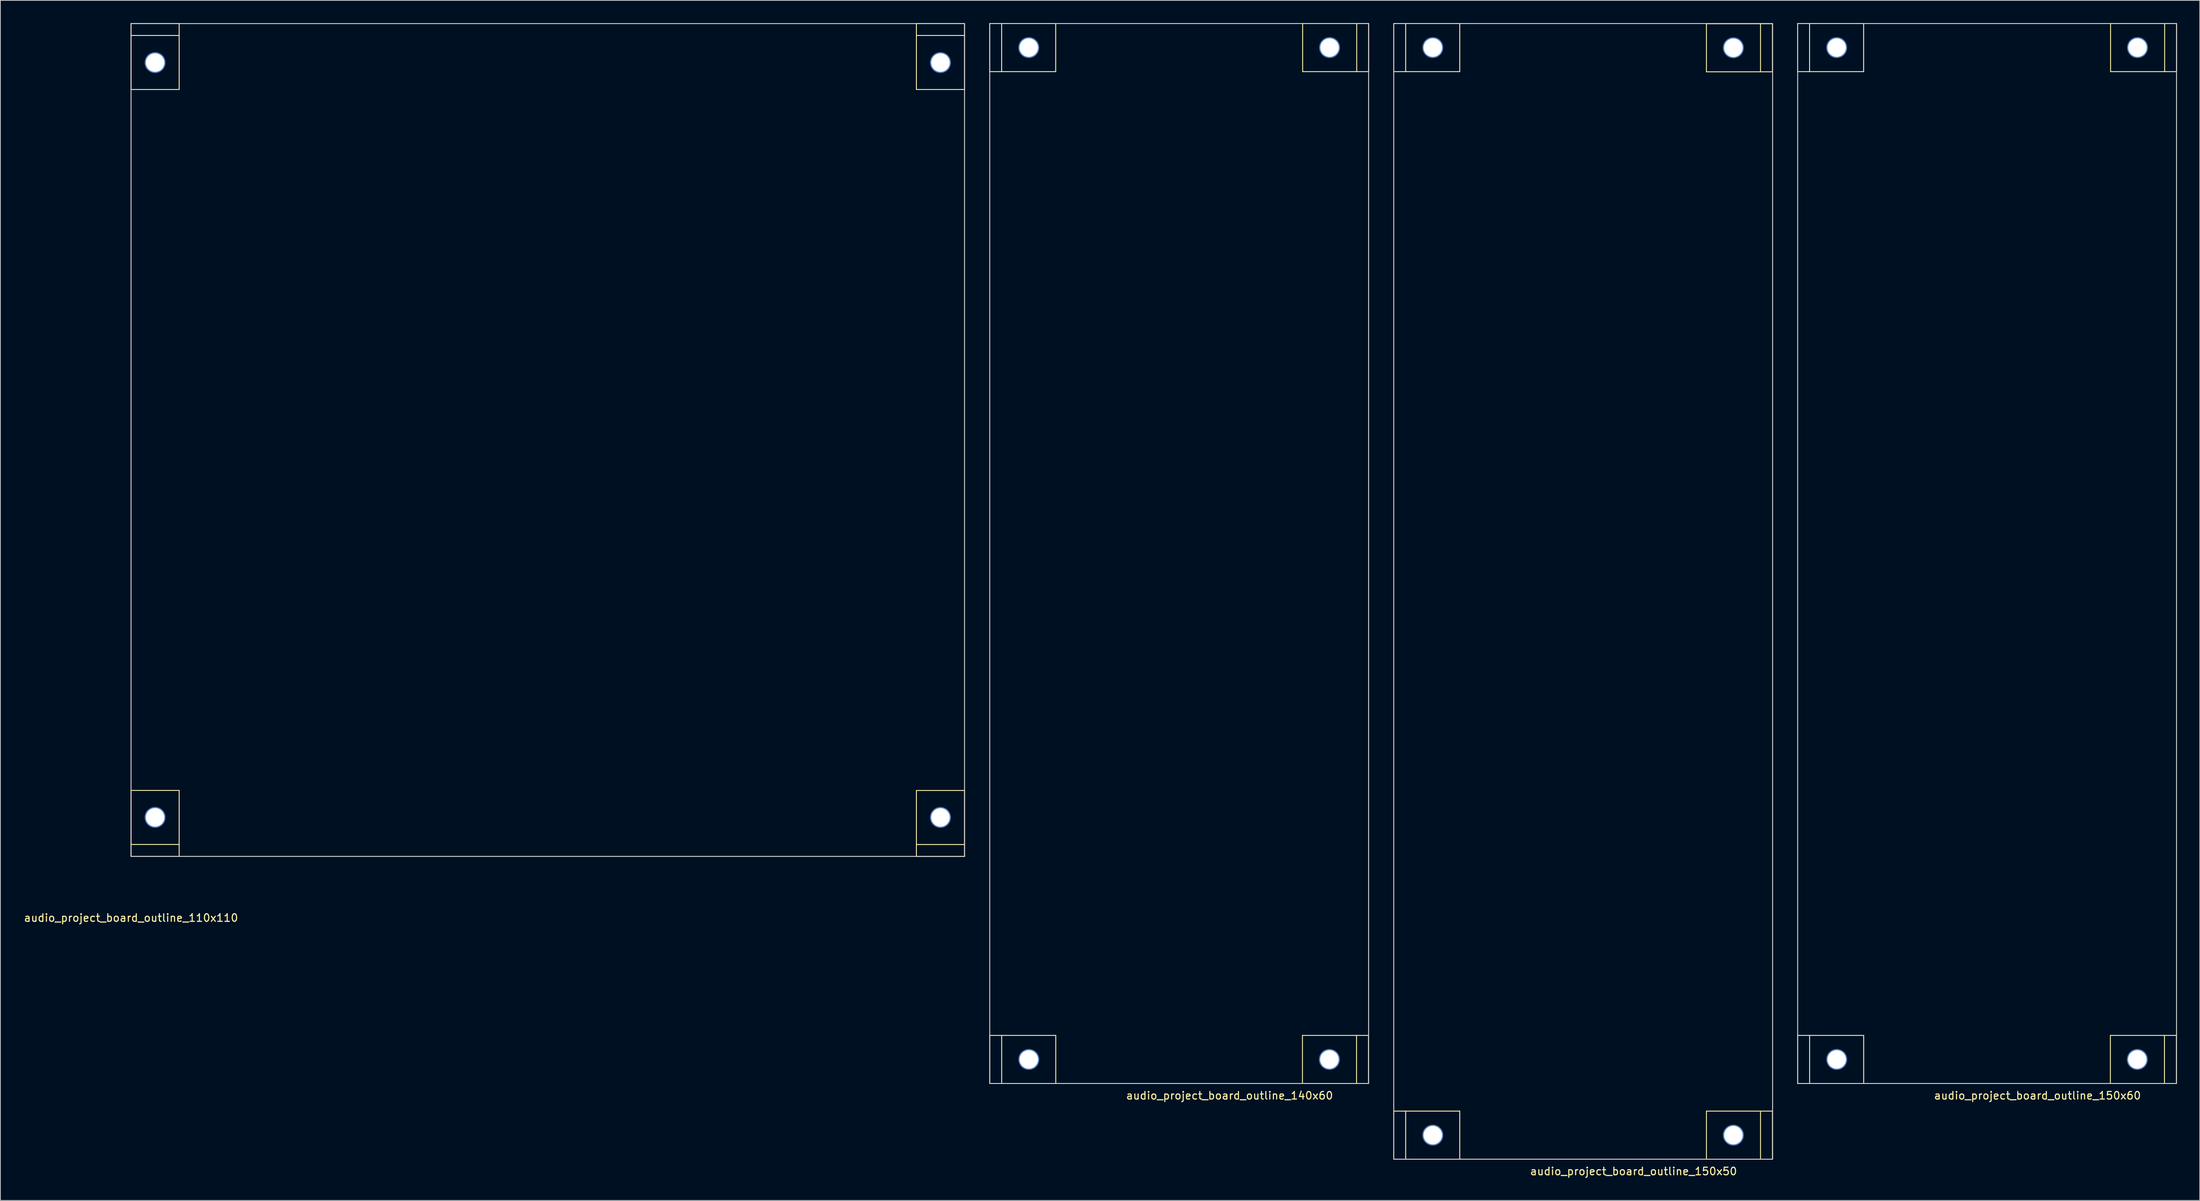
<source format=kicad_pcb>
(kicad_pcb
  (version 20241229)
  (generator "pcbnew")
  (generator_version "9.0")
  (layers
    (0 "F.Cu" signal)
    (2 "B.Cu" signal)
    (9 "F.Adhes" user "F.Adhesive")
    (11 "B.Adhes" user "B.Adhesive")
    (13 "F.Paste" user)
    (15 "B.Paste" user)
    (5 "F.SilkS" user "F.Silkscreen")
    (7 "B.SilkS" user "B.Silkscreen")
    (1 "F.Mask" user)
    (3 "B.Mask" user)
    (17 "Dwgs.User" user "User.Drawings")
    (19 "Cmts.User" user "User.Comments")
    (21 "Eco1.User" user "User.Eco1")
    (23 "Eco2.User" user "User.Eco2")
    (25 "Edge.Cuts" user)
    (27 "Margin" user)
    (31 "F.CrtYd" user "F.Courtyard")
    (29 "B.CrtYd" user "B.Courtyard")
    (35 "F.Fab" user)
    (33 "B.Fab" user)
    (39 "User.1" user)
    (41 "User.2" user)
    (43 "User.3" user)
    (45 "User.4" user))
  (footprint "audio_project_board_outline_150x60"
    (layer "F.Cu")
    (at 234.2 140.06)
    (property "Reference" "audio_project_board_outline_150x60" (at 31.65 1.6 180) (layer "F.SilkS") (effects (font (size 1 1) (thickness 0.15))))
    (attr through_hole)
    (fp_line (start -0.006 -140) (end 8.706 -140) (stroke (width 0.12) (type solid)) (layer "F.SilkS"))
    (fp_line (start -0.006 -133.65) (end -0.006 -140) (stroke (width 0.12) (type solid)) (layer "F.SilkS"))
    (fp_line (start -0.006 -133.65) (end 8.706 -133.65) (stroke (width 0.12) (type solid)) (layer "F.SilkS"))
    (fp_line (start 0 -6.35) (end 8.712 -6.35) (stroke (width 0.12) (type solid)) (layer "F.SilkS"))
    (fp_line (start 0 0) (end 0 -6.35) (stroke (width 0.12) (type solid)) (layer "F.SilkS"))
    (fp_line (start 0 0) (end 8.712 0) (stroke (width 0.12) (type solid)) (layer "F.SilkS"))
    (fp_line (start 1.569 -133.65) (end 1.569 -140) (stroke (width 0.12) (type solid)) (layer "F.SilkS"))
    (fp_line (start 1.575 0) (end 1.575 -6.35) (stroke (width 0.12) (type solid)) (layer "F.SilkS"))
    (fp_line (start 8.706 -133.65) (end 8.706 -140) (stroke (width 0.12) (type solid)) (layer "F.SilkS"))
    (fp_line (start 8.712 0) (end 8.712 -6.35) (stroke (width 0.12) (type solid)) (layer "F.SilkS"))
    (fp_line (start 41.269 -6.35) (end 41.269 0) (stroke (width 0.12) (type solid)) (layer "F.SilkS"))
    (fp_line (start 41.294 -140) (end 41.294 -133.65) (stroke (width 0.12) (type solid)) (layer "F.SilkS"))
    (fp_line (start 48.406 -6.35) (end 48.406 0) (stroke (width 0.12) (type solid)) (layer "F.SilkS"))
    (fp_line (start 48.431 -140) (end 48.431 -133.65) (stroke (width 0.12) (type solid)) (layer "F.SilkS"))
    (fp_line (start 49.981 -6.35) (end 41.269 -6.35) (stroke (width 0.12) (type solid)) (layer "F.SilkS"))
    (fp_line (start 49.981 -6.35) (end 49.981 0) (stroke (width 0.12) (type solid)) (layer "F.SilkS"))
    (fp_line (start 49.981 0) (end 41.269 0) (stroke (width 0.12) (type solid)) (layer "F.SilkS"))
    (fp_line (start 50.006 -140) (end 41.294 -140) (stroke (width 0.12) (type solid)) (layer "F.SilkS"))
    (fp_line (start 50.006 -140) (end 50.006 -133.65) (stroke (width 0.12) (type solid)) (layer "F.SilkS"))
    (fp_line (start 50.006 -133.65) (end 41.294 -133.65) (stroke (width 0.12) (type solid)) (layer "F.SilkS"))
    (fp_line (start 0 -140) (end 50 -140) (stroke (width 0.12) (type solid)) (layer "Edge.Cuts"))
    (fp_line (start 0 0) (end 0 -140) (stroke (width 0.12) (type solid)) (layer "Edge.Cuts"))
    (fp_line (start 0 0) (end 50 0) (stroke (width 0.12) (type solid)) (layer "Edge.Cuts"))
    (fp_line (start 50 0) (end 50 -140) (stroke (width 0.12) (type solid)) (layer "Edge.Cuts"))
    (pad "1" thru_hole circle (at 5.15 -136.825 180) (size 2.75 2.75) (drill 2.45) (layers "*.Cu" "*.Mask"))
    (pad "1" thru_hole circle (at 5.156 -3.175 180) (size 2.75 2.75) (drill 2.45) (layers "*.Cu" "*.Mask"))
    (pad "1" thru_hole circle (at 44.825 -3.175) (size 2.75 2.75) (drill 2.45) (layers "*.Cu" "*.Mask"))
    (pad "1" thru_hole circle (at 44.85 -136.825) (size 2.75 2.75) (drill 2.45) (layers "*.Cu" "*.Mask")))
  (footprint "audio_project_board_outline_140x60"
    (layer "F.Cu")
    (at 127.574 140.06)
    (property "Reference" "audio_project_board_outline_140x60" (at 31.65 1.6 180) (layer "F.SilkS") (effects (font (size 1 1) (thickness 0.15))))
    (attr through_hole)
    (fp_line (start -0.006 -140) (end 8.706 -140) (stroke (width 0.12) (type solid)) (layer "F.SilkS"))
    (fp_line (start -0.006 -133.65) (end -0.006 -140) (stroke (width 0.12) (type solid)) (layer "F.SilkS"))
    (fp_line (start -0.006 -133.65) (end 8.706 -133.65) (stroke (width 0.12) (type solid)) (layer "F.SilkS"))
    (fp_line (start 0 -6.35) (end 8.712 -6.35) (stroke (width 0.12) (type solid)) (layer "F.SilkS"))
    (fp_line (start 0 0) (end 0 -6.35) (stroke (width 0.12) (type solid)) (layer "F.SilkS"))
    (fp_line (start 0 0) (end 8.712 0) (stroke (width 0.12) (type solid)) (layer "F.SilkS"))
    (fp_line (start 1.569 -133.65) (end 1.569 -140) (stroke (width 0.12) (type solid)) (layer "F.SilkS"))
    (fp_line (start 1.575 0) (end 1.575 -6.35) (stroke (width 0.12) (type solid)) (layer "F.SilkS"))
    (fp_line (start 8.706 -133.65) (end 8.706 -140) (stroke (width 0.12) (type solid)) (layer "F.SilkS"))
    (fp_line (start 8.712 0) (end 8.712 -6.35) (stroke (width 0.12) (type solid)) (layer "F.SilkS"))
    (fp_line (start 41.269 -6.35) (end 41.269 0) (stroke (width 0.12) (type solid)) (layer "F.SilkS"))
    (fp_line (start 41.294 -140) (end 41.294 -133.65) (stroke (width 0.12) (type solid)) (layer "F.SilkS"))
    (fp_line (start 48.406 -6.35) (end 48.406 0) (stroke (width 0.12) (type solid)) (layer "F.SilkS"))
    (fp_line (start 48.431 -140) (end 48.431 -133.65) (stroke (width 0.12) (type solid)) (layer "F.SilkS"))
    (fp_line (start 49.981 -6.35) (end 41.269 -6.35) (stroke (width 0.12) (type solid)) (layer "F.SilkS"))
    (fp_line (start 49.981 -6.35) (end 49.981 0) (stroke (width 0.12) (type solid)) (layer "F.SilkS"))
    (fp_line (start 49.981 0) (end 41.269 0) (stroke (width 0.12) (type solid)) (layer "F.SilkS"))
    (fp_line (start 50.006 -140) (end 41.294 -140) (stroke (width 0.12) (type solid)) (layer "F.SilkS"))
    (fp_line (start 50.006 -140) (end 50.006 -133.65) (stroke (width 0.12) (type solid)) (layer "F.SilkS"))
    (fp_line (start 50.006 -133.65) (end 41.294 -133.65) (stroke (width 0.12) (type solid)) (layer "F.SilkS"))
    (fp_line (start 0 -140) (end 50 -140) (stroke (width 0.12) (type solid)) (layer "Edge.Cuts"))
    (fp_line (start 0 0) (end 0 -140) (stroke (width 0.12) (type solid)) (layer "Edge.Cuts"))
    (fp_line (start 0 0) (end 50 0) (stroke (width 0.12) (type solid)) (layer "Edge.Cuts"))
    (fp_line (start 50 0) (end 50 -140) (stroke (width 0.12) (type solid)) (layer "Edge.Cuts"))
    (pad "1" thru_hole circle (at 5.15 -136.825 180) (size 2.75 2.75) (drill 2.45) (layers "*.Cu" "*.Mask"))
    (pad "1" thru_hole circle (at 5.156 -3.175 180) (size 2.75 2.75) (drill 2.45) (layers "*.Cu" "*.Mask"))
    (pad "1" thru_hole circle (at 44.825 -3.175) (size 2.75 2.75) (drill 2.45) (layers "*.Cu" "*.Mask"))
    (pad "1" thru_hole circle (at 44.85 -136.825) (size 2.75 2.75) (drill 2.45) (layers "*.Cu" "*.Mask")))
  (footprint "audio_project_board_outline_110x110"
    (layer "F.Cu")
    (at 14.244 110.066)
    (property "Reference" "audio_project_board_outline_110x110" (at 0 8.12 0) (layer "F.SilkS") (effects (font (size 1 1) (thickness 0.15))))
    (attr through_hole)
    (fp_line (start 0 -110.006) (end 0 -101.294) (stroke (width 0.12) (type solid)) (layer "F.SilkS"))
    (fp_line (start 0 -110.006) (end 6.35 -110.006) (stroke (width 0.12) (type solid)) (layer "F.SilkS"))
    (fp_line (start 0 -108.431) (end 6.35 -108.431) (stroke (width 0.12) (type solid)) (layer "F.SilkS"))
    (fp_line (start 0 -101.294) (end 6.35 -101.294) (stroke (width 0.12) (type solid)) (layer "F.SilkS"))
    (fp_line (start 0 0) (end 0 -8.712) (stroke (width 0.12) (type solid)) (layer "F.SilkS"))
    (fp_line (start 6.35 -110.006) (end 6.35 -101.294) (stroke (width 0.12) (type solid)) (layer "F.SilkS"))
    (fp_line (start 6.35 -8.712) (end 0 -8.712) (stroke (width 0.12) (type solid)) (layer "F.SilkS"))
    (fp_line (start 6.35 -1.575) (end 0 -1.575) (stroke (width 0.12) (type solid)) (layer "F.SilkS"))
    (fp_line (start 6.35 0) (end 0 0) (stroke (width 0.12) (type solid)) (layer "F.SilkS"))
    (fp_line (start 6.35 0) (end 6.35 -8.712) (stroke (width 0.12) (type solid)) (layer "F.SilkS"))
    (fp_line (start 103.65 -110.006) (end 103.65 -101.294) (stroke (width 0.12) (type solid)) (layer "F.SilkS"))
    (fp_line (start 103.65 -110.006) (end 110 -110.006) (stroke (width 0.12) (type solid)) (layer "F.SilkS"))
    (fp_line (start 103.65 -108.431) (end 110 -108.431) (stroke (width 0.12) (type solid)) (layer "F.SilkS"))
    (fp_line (start 103.65 -101.294) (end 110 -101.294) (stroke (width 0.12) (type solid)) (layer "F.SilkS"))
    (fp_line (start 103.65 0.006) (end 103.65 -8.706) (stroke (width 0.12) (type solid)) (layer "F.SilkS"))
    (fp_line (start 110 -110.006) (end 110 -101.294) (stroke (width 0.12) (type solid)) (layer "F.SilkS"))
    (fp_line (start 110 -8.706) (end 103.65 -8.706) (stroke (width 0.12) (type solid)) (layer "F.SilkS"))
    (fp_line (start 110 -1.569) (end 103.65 -1.569) (stroke (width 0.12) (type solid)) (layer "F.SilkS"))
    (fp_line (start 110 0.006) (end 110 -8.706) (stroke (width 0.12) (type solid)) (layer "F.SilkS"))
    (fp_line (start 110.02 0.006) (end 103.67 0.006) (stroke (width 0.12) (type solid)) (layer "F.SilkS"))
    (fp_line (start 0 -110) (end 110 -110) (stroke (width 0.12) (type solid)) (layer "Edge.Cuts"))
    (fp_line (start 0 0) (end 0 -110) (stroke (width 0.12) (type solid)) (layer "Edge.Cuts"))
    (fp_line (start 0 0) (end 110 0) (stroke (width 0.12) (type solid)) (layer "Edge.Cuts"))
    (fp_line (start 110 0) (end 110 -110) (stroke (width 0.12) (type solid)) (layer "Edge.Cuts"))
    (pad "1" thru_hole circle (at 3.175 -104.85 90) (size 2.75 2.75) (drill 2.45) (layers "*.Cu" "*.Mask"))
    (pad "1" thru_hole circle (at 3.175 -5.156 270) (size 2.75 2.75) (drill 2.45) (layers "*.Cu" "*.Mask"))
    (pad "1" thru_hole circle (at 106.825 -104.85 90) (size 2.75 2.75) (drill 2.45) (layers "*.Cu" "*.Mask"))
    (pad "1" thru_hole circle (at 106.825 -5.146 270) (size 2.75 2.75) (drill 2.45) (layers "*.Cu" "*.Mask")))
  (footprint "audio_project_board_outline_150x50"
    (layer "F.Cu")
    (at 180.89 150.06)
    (property "Reference" "audio_project_board_outline_150x50" (at 31.65 1.6 180) (layer "F.SilkS") (effects (font (size 1 1) (thickness 0.15))))
    (attr through_hole)
    (fp_line (start 0 -6.35) (end 8.712 -6.35) (stroke (width 0.12) (type solid)) (layer "F.SilkS"))
    (fp_line (start 0 0) (end 0 -6.35) (stroke (width 0.12) (type solid)) (layer "F.SilkS"))
    (fp_line (start 0 0) (end 8.712 0) (stroke (width 0.12) (type solid)) (layer "F.SilkS"))
    (fp_line (start 0.0002 -150) (end 8.712 -150) (stroke (width 0.12) (type solid)) (layer "F.SilkS"))
    (fp_line (start 0.0002 -143.65) (end 0.0002 -150) (stroke (width 0.12) (type solid)) (layer "F.SilkS"))
    (fp_line (start 0.0002 -143.65) (end 8.712 -143.65) (stroke (width 0.12) (type solid)) (layer "F.SilkS"))
    (fp_line (start 1.575 0) (end 1.575 -6.35) (stroke (width 0.12) (type solid)) (layer "F.SilkS"))
    (fp_line (start 1.575 -143.65) (end 1.575 -150) (stroke (width 0.12) (type solid)) (layer "F.SilkS"))
    (fp_line (start 8.712 0) (end 8.712 -6.35) (stroke (width 0.12) (type solid)) (layer "F.SilkS"))
    (fp_line (start 8.712 -143.65) (end 8.712 -150) (stroke (width 0.12) (type solid)) (layer "F.SilkS"))
    (fp_line (start 41.269 -149.975) (end 41.269 -143.625) (stroke (width 0.12) (type solid)) (layer "F.SilkS"))
    (fp_line (start 41.269 -6.35) (end 41.269 0) (stroke (width 0.12) (type solid)) (layer "F.SilkS"))
    (fp_line (start 48.406 -149.975) (end 48.406 -143.625) (stroke (width 0.12) (type solid)) (layer "F.SilkS"))
    (fp_line (start 48.406 -6.35) (end 48.406 0) (stroke (width 0.12) (type solid)) (layer "F.SilkS"))
    (fp_line (start 49.981 -149.975) (end 41.269 -149.975) (stroke (width 0.12) (type solid)) (layer "F.SilkS"))
    (fp_line (start 49.981 -149.975) (end 49.981 -143.625) (stroke (width 0.12) (type solid)) (layer "F.SilkS"))
    (fp_line (start 49.981 -143.625) (end 41.269 -143.625) (stroke (width 0.12) (type solid)) (layer "F.SilkS"))
    (fp_line (start 49.981 -6.35) (end 41.269 -6.35) (stroke (width 0.12) (type solid)) (layer "F.SilkS"))
    (fp_line (start 49.981 -6.35) (end 49.981 0) (stroke (width 0.12) (type solid)) (layer "F.SilkS"))
    (fp_line (start 49.981 0) (end 41.269 0) (stroke (width 0.12) (type solid)) (layer "F.SilkS"))
    (fp_line (start 0 -150) (end 50 -150) (stroke (width 0.12) (type solid)) (layer "Edge.Cuts"))
    (fp_line (start 0 0) (end 0 -150) (stroke (width 0.12) (type solid)) (layer "Edge.Cuts"))
    (fp_line (start 0 0) (end 50 0) (stroke (width 0.12) (type solid)) (layer "Edge.Cuts"))
    (fp_line (start 50 0) (end 50 -150) (stroke (width 0.12) (type solid)) (layer "Edge.Cuts"))
    (pad "1" thru_hole circle (at 5.156 -3.175 180) (size 2.75 2.75) (drill 2.45) (layers "*.Cu" "*.Mask"))
    (pad "1" thru_hole circle (at 5.156 -146.825 180) (size 2.75 2.75) (drill 2.45) (layers "*.Cu" "*.Mask"))
    (pad "1" thru_hole circle (at 44.825 -146.8) (size 2.75 2.75) (drill 2.45) (layers "*.Cu" "*.Mask"))
    (pad "1" thru_hole circle (at 44.825 -3.175) (size 2.75 2.75) (drill 2.45) (layers "*.Cu" "*.Mask")))
  (gr_rect
    (start -3 -3)
    (end 287.266 155.508)
    (stroke (width 0.1) (type default))
    (fill no)
    (layer "Edge.Cuts")))
</source>
